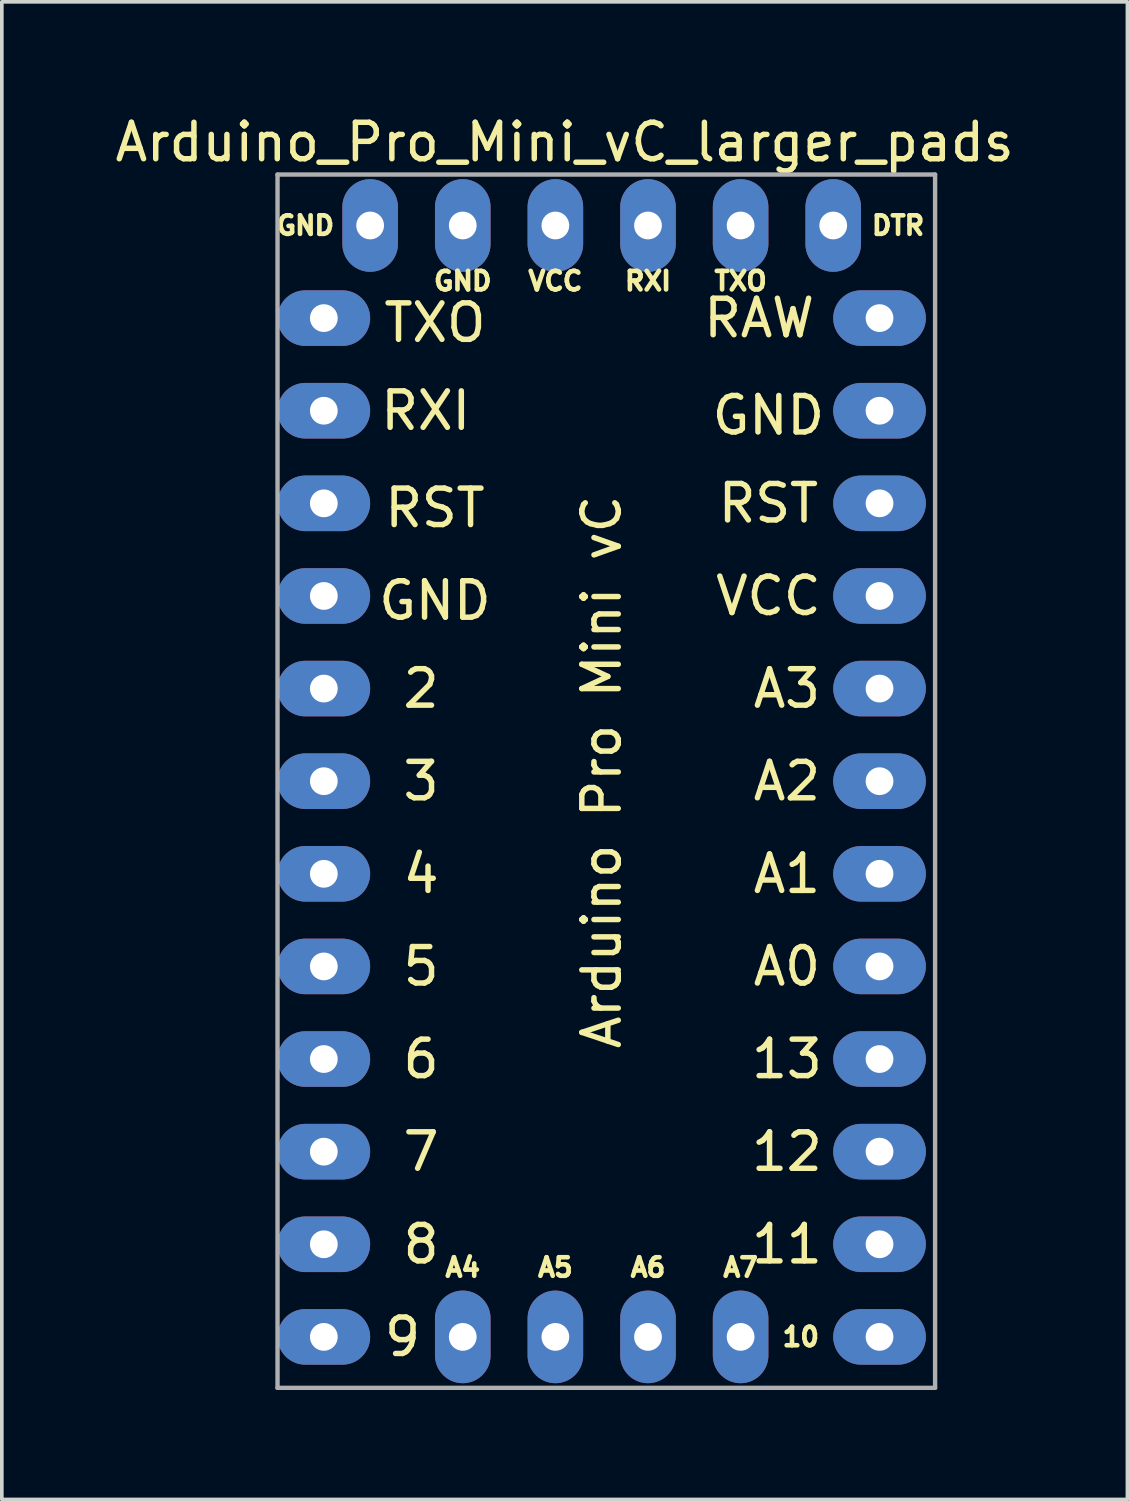
<source format=kicad_pcb>
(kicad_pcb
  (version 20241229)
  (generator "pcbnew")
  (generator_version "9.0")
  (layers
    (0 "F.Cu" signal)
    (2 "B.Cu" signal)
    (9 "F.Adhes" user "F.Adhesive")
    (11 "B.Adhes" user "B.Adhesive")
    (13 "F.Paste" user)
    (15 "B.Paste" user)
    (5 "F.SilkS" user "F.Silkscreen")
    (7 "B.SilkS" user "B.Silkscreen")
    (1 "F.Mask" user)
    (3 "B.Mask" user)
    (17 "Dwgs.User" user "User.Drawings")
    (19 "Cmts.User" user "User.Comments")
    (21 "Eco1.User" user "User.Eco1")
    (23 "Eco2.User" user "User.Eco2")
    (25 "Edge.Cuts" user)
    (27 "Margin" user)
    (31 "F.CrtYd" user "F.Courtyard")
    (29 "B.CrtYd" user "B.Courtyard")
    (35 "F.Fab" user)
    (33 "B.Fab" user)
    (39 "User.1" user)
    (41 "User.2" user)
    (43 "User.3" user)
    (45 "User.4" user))
  (footprint "Arduino_Pro_Mini_vC_larger_pads"
    (layer "F.Cu")
    (at 5.831 5.674)
    (property "Reference" "Arduino_Pro_Mini_vC_larger_pads" (at 6.604 -4.826 0) (layer "F.SilkS") (effects (font (size 1 1) (thickness 0.15))))
    (attr through_hole)
    (fp_line (start -1.27 -3.937) (end 16.764 -3.937) (stroke (width 0.12) (type solid)) (layer "F.Fab"))
    (fp_line (start -1.27 29.337) (end -1.27 -3.937) (stroke (width 0.12) (type solid)) (layer "F.Fab"))
    (fp_line (start 16.764 -3.937) (end 16.764 29.337) (stroke (width 0.12) (type solid)) (layer "F.Fab"))
    (fp_line (start 16.764 29.337) (end -1.27 29.337) (stroke (width 0.12) (type solid)) (layer "F.Fab"))
    (fp_text user "7" (at 2.667 22.86 0) (layer "F.SilkS") (effects (font (size 1 1) (thickness 0.15))))
    (fp_text user "Arduino Pro Mini vC" (at 7.62 12.446 270) (layer "F.SilkS") (effects (font (size 1 1) (thickness 0.15))))
    (fp_text user "GND" (at 3.81 -1.016 0) (layer "F.SilkS") (effects (font (size 0.508 0.508) (thickness 0.127))))
    (fp_text user "2" (at 2.667 10.16 0) (layer "F.SilkS") (effects (font (size 1 1) (thickness 0.15))))
    (fp_text user "13" (at 12.7 20.32 0) (layer "F.SilkS") (effects (font (size 1 1) (thickness 0.15))))
    (fp_text user "RAW" (at 11.938 0 0) (layer "F.SilkS") (effects (font (size 1 1) (thickness 0.15))))
    (fp_text user "A0" (at 12.7 17.78 0) (layer "F.SilkS") (effects (font (size 1 1) (thickness 0.15))))
    (fp_text user "DTR" (at 15.748 -2.54 0) (layer "F.SilkS") (effects (font (size 0.508 0.508) (thickness 0.127))))
    (fp_text user "A7" (at 11.43 26.035 0) (layer "F.SilkS") (effects (font (size 0.508 0.508) (thickness 0.127))))
    (fp_text user "A3" (at 12.7 10.16 0) (layer "F.SilkS") (effects (font (size 1 1) (thickness 0.15))))
    (fp_text user "6" (at 2.667 20.32 0) (layer "F.SilkS") (effects (font (size 1 1) (thickness 0.15))))
    (fp_text user "RST" (at 3.048 5.207 0) (layer "F.SilkS") (effects (font (size 1 1) (thickness 0.15))))
    (fp_text user "TXO" (at 3.048 0.127 0) (layer "F.SilkS") (effects (font (size 1 1) (thickness 0.15))))
    (fp_text user "A5" (at 6.35 26.035 0) (layer "F.SilkS") (effects (font (size 0.508 0.508) (thickness 0.127))))
    (fp_text user "4" (at 2.667 15.24 0) (layer "F.SilkS") (effects (font (size 1 1) (thickness 0.15))))
    (fp_text user "A2" (at 12.7 12.7 0) (layer "F.SilkS") (effects (font (size 1 1) (thickness 0.15))))
    (fp_text user "11" (at 12.7 25.4 0) (layer "F.SilkS") (effects (font (size 1 1) (thickness 0.15))))
    (fp_text user "5" (at 2.667 17.78 0) (layer "F.SilkS") (effects (font (size 1 1) (thickness 0.15))))
    (fp_text user "A1" (at 12.7 15.24 0) (layer "F.SilkS") (effects (font (size 1 1) (thickness 0.15))))
    (fp_text user "RXI" (at 2.794 2.54 0) (layer "F.SilkS") (effects (font (size 1 1) (thickness 0.15))))
    (fp_text user "9" (at 2.159 27.94 0) (layer "F.SilkS") (effects (font (size 1 1) (thickness 0.15))))
    (fp_text user "VCC" (at 12.192 7.62 0) (layer "F.SilkS") (effects (font (size 1 1) (thickness 0.15))))
    (fp_text user "8" (at 2.667 25.4 0) (layer "F.SilkS") (effects (font (size 1 1) (thickness 0.15))))
    (fp_text user "GND" (at 12.192 2.667 0) (layer "F.SilkS") (effects (font (size 1 1) (thickness 0.15))))
    (fp_text user "VCC" (at 6.35 -1.016 0) (layer "F.SilkS") (effects (font (size 0.508 0.508) (thickness 0.127))))
    (fp_text user "A6" (at 8.89 26.035 0) (layer "F.SilkS") (effects (font (size 0.508 0.508) (thickness 0.127))))
    (fp_text user "GND" (at 3.048 7.747 0) (layer "F.SilkS") (effects (font (size 1 1) (thickness 0.15))))
    (fp_text user "10" (at 13.081 27.94 0) (layer "F.SilkS") (effects (font (size 0.508 0.508) (thickness 0.127))))
    (fp_text user "RXI" (at 8.89 -1.016 0) (layer "F.SilkS") (effects (font (size 0.508 0.508) (thickness 0.127))))
    (fp_text user "GND" (at -0.508 -2.54 0) (layer "F.SilkS") (effects (font (size 0.508 0.508) (thickness 0.127))))
    (fp_text user "RST" (at 12.192 5.08 0) (layer "F.SilkS") (effects (font (size 1 1) (thickness 0.15))))
    (fp_text user "3" (at 2.667 12.7 0) (layer "F.SilkS") (effects (font (size 1 1) (thickness 0.15))))
    (fp_text user "TXO" (at 11.43 -1.016 0) (layer "F.SilkS") (effects (font (size 0.508 0.508) (thickness 0.127))))
    (fp_text user "A4" (at 3.81 26.035 0) (layer "F.SilkS") (effects (font (size 0.508 0.508) (thickness 0.127))))
    (fp_text user "12" (at 12.7 22.86 0) (layer "F.SilkS") (effects (font (size 1 1) (thickness 0.15))))
    (pad "1" thru_hole oval (at 0 0) (size 2.54 1.524) (drill 0.762) (layers "*.Cu" "*.Mask"))
    (pad "2" thru_hole oval (at 0 2.54) (size 2.54 1.524) (drill 0.762) (layers "*.Cu" "*.Mask"))
    (pad "3" thru_hole oval (at 0 5.08) (size 2.54 1.524) (drill 0.762) (layers "*.Cu" "*.Mask"))
    (pad "4" thru_hole oval (at 0 7.62) (size 2.54 1.524) (drill 0.762) (layers "*.Cu" "*.Mask"))
    (pad "5" thru_hole oval (at 0 10.16) (size 2.54 1.524) (drill 0.762) (layers "*.Cu" "*.Mask"))
    (pad "6" thru_hole oval (at 0 12.7) (size 2.54 1.524) (drill 0.762) (layers "*.Cu" "*.Mask"))
    (pad "7" thru_hole oval (at 0 15.24) (size 2.54 1.524) (drill 0.762) (layers "*.Cu" "*.Mask"))
    (pad "8" thru_hole oval (at 0 17.78) (size 2.54 1.524) (drill 0.762) (layers "*.Cu" "*.Mask"))
    (pad "9" thru_hole oval (at 0 20.32) (size 2.54 1.524) (drill 0.762) (layers "*.Cu" "*.Mask"))
    (pad "10" thru_hole oval (at 0 22.86) (size 2.54 1.524) (drill 0.762) (layers "*.Cu" "*.Mask"))
    (pad "11" thru_hole oval (at 0 25.4) (size 2.54 1.524) (drill 0.762) (layers "*.Cu" "*.Mask"))
    (pad "12" thru_hole oval (at 0 27.94) (size 2.54 1.524) (drill 0.762) (layers "*.Cu" "*.Mask"))
    (pad "13" thru_hole oval (at 15.24 0) (size 2.54 1.524) (drill 0.762) (layers "*.Cu" "*.Mask"))
    (pad "14" thru_hole oval (at 15.24 2.54) (size 2.54 1.524) (drill 0.762) (layers "*.Cu" "*.Mask"))
    (pad "15" thru_hole oval (at 15.24 5.08) (size 2.54 1.524) (drill 0.762) (layers "*.Cu" "*.Mask"))
    (pad "16" thru_hole oval (at 15.24 7.62) (size 2.54 1.524) (drill 0.762) (layers "*.Cu" "*.Mask"))
    (pad "17" thru_hole oval (at 15.24 10.16) (size 2.54 1.524) (drill 0.762) (layers "*.Cu" "*.Mask"))
    (pad "18" thru_hole oval (at 15.24 12.7) (size 2.54 1.524) (drill 0.762) (layers "*.Cu" "*.Mask"))
    (pad "19" thru_hole oval (at 15.24 15.24) (size 2.54 1.524) (drill 0.762) (layers "*.Cu" "*.Mask"))
    (pad "20" thru_hole oval (at 15.24 17.78) (size 2.54 1.524) (drill 0.762) (layers "*.Cu" "*.Mask"))
    (pad "21" thru_hole oval (at 15.24 20.32) (size 2.54 1.524) (drill 0.762) (layers "*.Cu" "*.Mask"))
    (pad "22" thru_hole oval (at 15.24 22.86) (size 2.54 1.524) (drill 0.762) (layers "*.Cu" "*.Mask"))
    (pad "23" thru_hole oval (at 15.24 25.4) (size 2.54 1.524) (drill 0.762) (layers "*.Cu" "*.Mask"))
    (pad "24" thru_hole oval (at 15.24 27.94) (size 2.54 1.524) (drill 0.762) (layers "*.Cu" "*.Mask"))
    (pad "25" thru_hole oval (at 3.81 27.94) (size 1.524 2.54) (drill 0.762) (layers "*.Cu" "*.Mask"))
    (pad "26" thru_hole oval (at 6.35 27.94) (size 1.524 2.54) (drill 0.762) (layers "*.Cu" "*.Mask"))
    (pad "27" thru_hole oval (at 8.89 27.94) (size 1.524 2.54) (drill 0.762) (layers "*.Cu" "*.Mask"))
    (pad "28" thru_hole oval (at 11.43 27.94) (size 1.524 2.54) (drill 0.762) (layers "*.Cu" "*.Mask"))
    (pad "29" thru_hole oval (at 1.27 -2.54) (size 1.524 2.54) (drill 0.762) (layers "*.Cu" "*.Mask"))
    (pad "30" thru_hole oval (at 3.81 -2.54) (size 1.524 2.54) (drill 0.762) (layers "*.Cu" "*.Mask"))
    (pad "31" thru_hole oval (at 6.35 -2.54) (size 1.524 2.54) (drill 0.762) (layers "*.Cu" "*.Mask"))
    (pad "32" thru_hole oval (at 8.89 -2.54) (size 1.524 2.54) (drill 0.762) (layers "*.Cu" "*.Mask"))
    (pad "33" thru_hole oval (at 11.43 -2.54) (size 1.524 2.54) (drill 0.762) (layers "*.Cu" "*.Mask"))
    (pad "34" thru_hole oval (at 13.97 -2.54) (size 1.524 2.54) (drill 0.762) (layers "*.Cu" "*.Mask")))
  (gr_rect
    (start -3 -3)
    (end 27.869 38.071)
    (stroke (width 0.1) (type default))
    (fill no)
    (layer "Edge.Cuts")))
</source>
